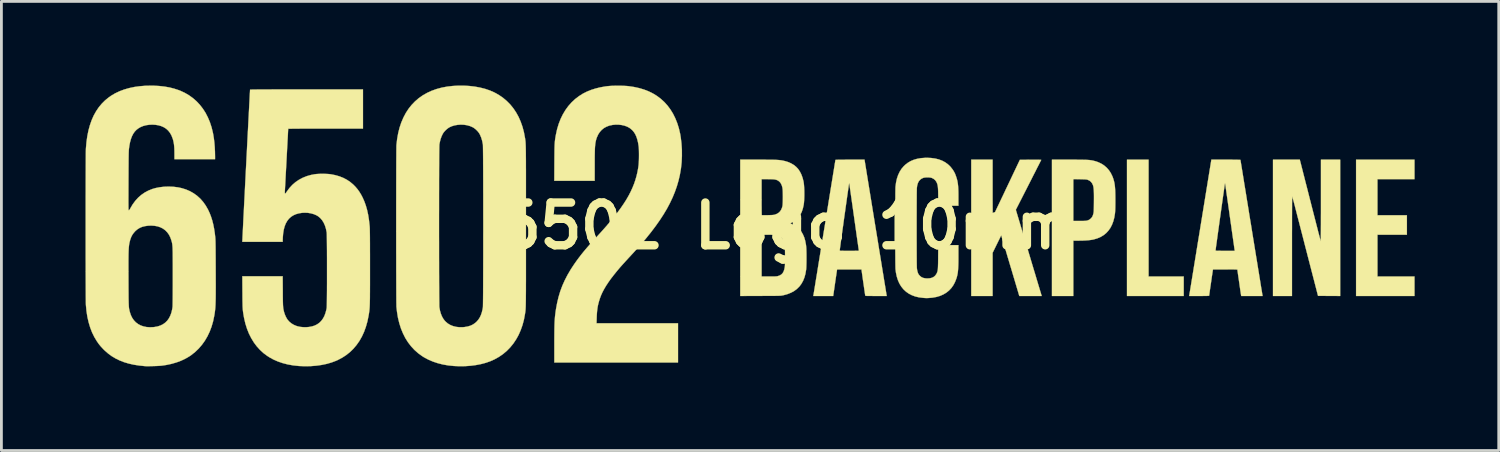
<source format=kicad_pcb>
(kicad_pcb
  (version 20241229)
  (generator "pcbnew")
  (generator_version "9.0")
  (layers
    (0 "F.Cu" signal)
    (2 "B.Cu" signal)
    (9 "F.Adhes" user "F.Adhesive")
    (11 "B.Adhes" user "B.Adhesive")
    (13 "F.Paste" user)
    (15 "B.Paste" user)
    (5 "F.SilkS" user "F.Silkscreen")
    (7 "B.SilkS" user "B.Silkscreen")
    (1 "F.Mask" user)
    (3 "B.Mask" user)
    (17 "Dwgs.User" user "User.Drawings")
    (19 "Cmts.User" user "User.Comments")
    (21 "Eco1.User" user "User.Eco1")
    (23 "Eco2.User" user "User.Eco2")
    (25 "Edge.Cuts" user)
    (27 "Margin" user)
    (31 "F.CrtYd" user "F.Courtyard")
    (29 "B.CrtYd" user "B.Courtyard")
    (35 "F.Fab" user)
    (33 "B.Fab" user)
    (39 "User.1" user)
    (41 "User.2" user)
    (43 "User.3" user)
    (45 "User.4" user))
  (footprint "6502 Logo 10mm"
    (layer "F.Cu")
    (at 25.007 5.007)
    (property "Reference" "6502 Logo 10mm" (at 0 0 0) (layer "F.SilkS") (effects (font (size 1.524 1.524) (thickness 0.3))))
    (attr through_hole)
    (fp_poly (pts (xy 12.903 1.803) (xy 14.156 1.803) (xy 14.156 2.498) (xy 12.133 2.498) (xy 12.133 -2.362) (xy 12.903 -2.362) (xy 12.903 1.803)) (stroke (width 0.01) (type solid)) (fill yes) (layer "F.SilkS"))
    (fp_poly (pts (xy 22.386 -1.668) (xy 21.065 -1.668) (xy 21.065 -0.381) (xy 22.115 -0.381) (xy 22.115 0.313) (xy 21.065 0.313) (xy 21.065 1.803) (xy 22.386 1.803) (xy 22.386 2.498) (xy 20.303 2.498) (xy 20.303 -2.362) (xy 22.386 -2.362) (xy 22.386 -1.668)) (stroke (width 0.01) (type solid)) (fill yes) (layer "F.SilkS"))
    (fp_poly (pts (xy 7.341 -1.34) (xy 7.341 -1.18) (xy 7.341 -1.036) (xy 7.341 -0.908) (xy 7.342 -0.795) (xy 7.342 -0.696) (xy 7.343 -0.611) (xy 7.343 -0.538) (xy 7.344 -0.478) (xy 7.345 -0.429) (xy 7.346 -0.391) (xy 7.347 -0.363) (xy 7.348 -0.345) (xy 7.349 -0.336) (xy 7.351 -0.334) (xy 7.351 -0.334) (xy 7.356 -0.344) (xy 7.367 -0.368) (xy 7.385 -0.405) (xy 7.409 -0.456) (xy 7.439 -0.517) (xy 7.473 -0.59) (xy 7.512 -0.672) (xy 7.556 -0.763) (xy 7.603 -0.862) (xy 7.653 -0.968) (xy 7.707 -1.08) (xy 7.763 -1.198) (xy 7.82 -1.32) (xy 7.837 -1.355) (xy 8.313 -2.358) (xy 8.695 -2.36) (xy 8.774 -2.36) (xy 8.847 -2.36) (xy 8.913 -2.36) (xy 8.969 -2.36) (xy 9.016 -2.359) (xy 9.05 -2.358) (xy 9.07 -2.356) (xy 9.075 -2.355) (xy 9.071 -2.347) (xy 9.059 -2.324) (xy 9.041 -2.289) (xy 9.017 -2.241) (xy 8.987 -2.181) (xy 8.951 -2.112) (xy 8.911 -2.033) (xy 8.867 -1.945) (xy 8.818 -1.85) (xy 8.766 -1.748) (xy 8.712 -1.641) (xy 8.655 -1.529) (xy 8.621 -1.462) (xy 8.169 -0.576) (xy 8.623 0.937) (xy 8.67 1.093) (xy 8.715 1.245) (xy 8.759 1.391) (xy 8.801 1.532) (xy 8.842 1.667) (xy 8.88 1.793) (xy 8.915 1.912) (xy 8.948 2.021) (xy 8.978 2.121) (xy 9.005 2.21) (xy 9.028 2.288) (xy 9.048 2.353) (xy 9.064 2.405) (xy 9.075 2.443) (xy 9.082 2.467) (xy 9.085 2.474) (xy 9.092 2.498) (xy 8.293 2.498) (xy 7.989 1.475) (xy 7.95 1.347) (xy 7.913 1.222) (xy 7.877 1.102) (xy 7.843 0.987) (xy 7.811 0.88) (xy 7.782 0.78) (xy 7.755 0.69) (xy 7.731 0.609) (xy 7.71 0.54) (xy 7.693 0.482) (xy 7.679 0.438) (xy 7.67 0.408) (xy 7.666 0.394) (xy 7.648 0.334) (xy 7.494 0.647) (xy 7.341 0.959) (xy 7.341 2.498) (xy 6.579 2.498) (xy 6.579 -2.362) (xy 7.341 -2.362) (xy 7.341 -1.34)) (stroke (width 0.01) (type solid)) (fill yes) (layer "F.SilkS"))
    (fp_poly (pts (xy 18.304 -2.33) (xy 18.307 -2.319) (xy 18.314 -2.292) (xy 18.325 -2.25) (xy 18.339 -2.195) (xy 18.356 -2.126) (xy 18.377 -2.045) (xy 18.4 -1.954) (xy 18.426 -1.851) (xy 18.455 -1.739) (xy 18.485 -1.619) (xy 18.518 -1.491) (xy 18.553 -1.356) (xy 18.589 -1.214) (xy 18.626 -1.068) (xy 18.664 -0.917) (xy 18.674 -0.881) (xy 18.712 -0.729) (xy 18.75 -0.582) (xy 18.786 -0.44) (xy 18.821 -0.305) (xy 18.854 -0.176) (xy 18.885 -0.055) (xy 18.914 0.057) (xy 18.94 0.16) (xy 18.964 0.253) (xy 18.986 0.334) (xy 19.004 0.404) (xy 19.019 0.46) (xy 19.03 0.503) (xy 19.038 0.532) (xy 19.042 0.545) (xy 19.042 0.546) (xy 19.043 0.538) (xy 19.044 0.515) (xy 19.045 0.475) (xy 19.046 0.421) (xy 19.046 0.353) (xy 19.047 0.271) (xy 19.048 0.176) (xy 19.048 0.069) (xy 19.049 -0.05) (xy 19.049 -0.18) (xy 19.049 -0.32) (xy 19.05 -0.469) (xy 19.05 -0.627) (xy 19.05 -0.794) (xy 19.05 -0.904) (xy 19.05 -2.362) (xy 19.736 -2.362) (xy 19.736 2.498) (xy 19.341 2.496) (xy 18.946 2.493) (xy 18.563 1.012) (xy 18.522 0.852) (xy 18.481 0.694) (xy 18.441 0.538) (xy 18.402 0.386) (xy 18.364 0.239) (xy 18.327 0.097) (xy 18.293 -0.038) (xy 18.26 -0.165) (xy 18.229 -0.283) (xy 18.201 -0.392) (xy 18.176 -0.49) (xy 18.154 -0.575) (xy 18.135 -0.648) (xy 18.12 -0.707) (xy 18.109 -0.751) (xy 18.106 -0.76) (xy 18.089 -0.827) (xy 18.072 -0.889) (xy 18.057 -0.943) (xy 18.044 -0.988) (xy 18.034 -1.022) (xy 18.027 -1.043) (xy 18.024 -1.05) (xy 18.023 -1.042) (xy 18.023 -1.017) (xy 18.022 -0.977) (xy 18.022 -0.923) (xy 18.021 -0.855) (xy 18.02 -0.773) (xy 18.02 -0.68) (xy 18.019 -0.575) (xy 18.019 -0.459) (xy 18.018 -0.334) (xy 18.018 -0.199) (xy 18.018 -0.056) (xy 18.018 0.094) (xy 18.017 0.251) (xy 18.017 0.415) (xy 18.017 0.583) (xy 18.017 0.724) (xy 18.017 2.498) (xy 17.34 2.498) (xy 17.34 -2.362) (xy 18.296 -2.362) (xy 18.304 -2.33)) (stroke (width 0.01) (type solid)) (fill yes) (layer "F.SilkS"))
    (fp_poly (pts (xy 10.203 -2.362) (xy 10.316 -2.362) (xy 10.416 -2.361) (xy 10.503 -2.361) (xy 10.578 -2.359) (xy 10.643 -2.358) (xy 10.699 -2.356) (xy 10.747 -2.353) (xy 10.79 -2.35) (xy 10.828 -2.345) (xy 10.862 -2.341) (xy 10.894 -2.335) (xy 10.926 -2.328) (xy 10.958 -2.32) (xy 10.978 -2.315) (xy 11.103 -2.275) (xy 11.216 -2.222) (xy 11.319 -2.156) (xy 11.41 -2.077) (xy 11.49 -1.986) (xy 11.557 -1.884) (xy 11.613 -1.769) (xy 11.64 -1.697) (xy 11.657 -1.643) (xy 11.671 -1.591) (xy 11.684 -1.537) (xy 11.693 -1.481) (xy 11.701 -1.42) (xy 11.707 -1.352) (xy 11.712 -1.276) (xy 11.715 -1.19) (xy 11.717 -1.091) (xy 11.718 -0.979) (xy 11.718 -0.919) (xy 11.718 -0.817) (xy 11.717 -0.731) (xy 11.716 -0.658) (xy 11.714 -0.596) (xy 11.712 -0.544) (xy 11.709 -0.5) (xy 11.706 -0.461) (xy 11.705 -0.45) (xy 11.681 -0.301) (xy 11.645 -0.165) (xy 11.598 -0.041) (xy 11.54 0.071) (xy 11.469 0.17) (xy 11.388 0.257) (xy 11.295 0.332) (xy 11.19 0.394) (xy 11.074 0.444) (xy 10.947 0.481) (xy 10.9 0.491) (xy 10.835 0.501) (xy 10.755 0.51) (xy 10.663 0.517) (xy 10.561 0.522) (xy 10.453 0.524) (xy 10.378 0.525) (xy 10.219 0.525) (xy 10.219 2.498) (xy 9.457 2.498) (xy 9.457 -0.178) (xy 10.219 -0.178) (xy 10.442 -0.178) (xy 10.521 -0.178) (xy 10.586 -0.179) (xy 10.636 -0.181) (xy 10.673 -0.184) (xy 10.699 -0.188) (xy 10.706 -0.189) (xy 10.76 -0.208) (xy 10.805 -0.233) (xy 10.844 -0.266) (xy 10.873 -0.297) (xy 10.896 -0.331) (xy 10.914 -0.372) (xy 10.931 -0.425) (xy 10.932 -0.43) (xy 10.937 -0.448) (xy 10.94 -0.465) (xy 10.943 -0.484) (xy 10.946 -0.508) (xy 10.948 -0.537) (xy 10.949 -0.574) (xy 10.951 -0.62) (xy 10.952 -0.677) (xy 10.953 -0.747) (xy 10.954 -0.832) (xy 10.954 -0.849) (xy 10.955 -0.962) (xy 10.955 -1.06) (xy 10.954 -1.144) (xy 10.952 -1.215) (xy 10.949 -1.275) (xy 10.945 -1.326) (xy 10.94 -1.369) (xy 10.933 -1.406) (xy 10.925 -1.438) (xy 10.921 -1.45) (xy 10.891 -1.517) (xy 10.849 -1.572) (xy 10.795 -1.616) (xy 10.729 -1.646) (xy 10.723 -1.648) (xy 10.706 -1.653) (xy 10.684 -1.656) (xy 10.654 -1.659) (xy 10.615 -1.662) (xy 10.565 -1.663) (xy 10.501 -1.665) (xy 10.45 -1.666) (xy 10.219 -1.67) (xy 10.219 -0.178) (xy 9.457 -0.178) (xy 9.457 -2.362) (xy 10.073 -2.362) (xy 10.203 -2.362)) (stroke (width 0.01) (type solid)) (fill yes) (layer "F.SilkS"))
    (fp_poly (pts (xy 3.165 0.049) (xy 3.198 0.249) (xy 3.23 0.444) (xy 3.261 0.635) (xy 3.291 0.82) (xy 3.32 0.999) (xy 3.348 1.171) (xy 3.375 1.335) (xy 3.4 1.491) (xy 3.424 1.638) (xy 3.447 1.776) (xy 3.467 1.903) (xy 3.486 2.02) (xy 3.504 2.124) (xy 3.519 2.217) (xy 3.532 2.297) (xy 3.543 2.363) (xy 3.551 2.415) (xy 3.557 2.452) (xy 3.561 2.473) (xy 3.562 2.479) (xy 3.566 2.498) (xy 3.185 2.498) (xy 3.094 2.498) (xy 3.019 2.497) (xy 2.958 2.497) (xy 2.91 2.497) (xy 2.873 2.496) (xy 2.845 2.495) (xy 2.825 2.493) (xy 2.812 2.491) (xy 2.805 2.489) (xy 2.801 2.486) (xy 2.799 2.483) (xy 2.797 2.472) (xy 2.793 2.446) (xy 2.787 2.406) (xy 2.78 2.354) (xy 2.77 2.292) (xy 2.76 2.221) (xy 2.749 2.143) (xy 2.737 2.059) (xy 2.729 2.009) (xy 2.664 1.549) (xy 1.797 1.549) (xy 1.792 1.568) (xy 1.79 1.58) (xy 1.786 1.607) (xy 1.78 1.648) (xy 1.772 1.7) (xy 1.763 1.763) (xy 1.752 1.834) (xy 1.741 1.913) (xy 1.728 1.997) (xy 1.722 2.043) (xy 1.656 2.498) (xy 0.946 2.498) (xy 0.951 2.47) (xy 0.954 2.458) (xy 0.958 2.43) (xy 0.965 2.387) (xy 0.975 2.329) (xy 0.986 2.259) (xy 1 2.176) (xy 1.015 2.081) (xy 1.032 1.976) (xy 1.051 1.86) (xy 1.072 1.735) (xy 1.093 1.602) (xy 1.116 1.46) (xy 1.14 1.312) (xy 1.165 1.158) (xy 1.191 0.999) (xy 1.212 0.874) (xy 1.888 0.874) (xy 1.889 0.878) (xy 1.893 0.881) (xy 1.901 0.883) (xy 1.914 0.885) (xy 1.935 0.887) (xy 1.965 0.888) (xy 2.006 0.888) (xy 2.058 0.889) (xy 2.123 0.889) (xy 2.204 0.889) (xy 2.232 0.889) (xy 2.317 0.889) (xy 2.387 0.889) (xy 2.443 0.888) (xy 2.486 0.888) (xy 2.519 0.887) (xy 2.542 0.886) (xy 2.558 0.884) (xy 2.566 0.882) (xy 2.57 0.879) (xy 2.571 0.876) (xy 2.571 0.874) (xy 2.569 0.864) (xy 2.565 0.838) (xy 2.559 0.798) (xy 2.551 0.743) (xy 2.542 0.676) (xy 2.53 0.596) (xy 2.517 0.506) (xy 2.503 0.405) (xy 2.487 0.296) (xy 2.471 0.178) (xy 2.453 0.053) (xy 2.435 -0.078) (xy 2.415 -0.214) (xy 2.4 -0.326) (xy 2.38 -0.466) (xy 2.361 -0.601) (xy 2.343 -0.73) (xy 2.325 -0.853) (xy 2.309 -0.968) (xy 2.293 -1.075) (xy 2.28 -1.173) (xy 2.267 -1.26) (xy 2.256 -1.336) (xy 2.247 -1.4) (xy 2.239 -1.451) (xy 2.234 -1.488) (xy 2.231 -1.509) (xy 2.23 -1.515) (xy 2.222 -1.514) (xy 2.222 -1.513) (xy 2.22 -1.505) (xy 2.216 -1.48) (xy 2.21 -1.441) (xy 2.203 -1.389) (xy 2.194 -1.325) (xy 2.183 -1.25) (xy 2.171 -1.165) (xy 2.157 -1.071) (xy 2.143 -0.969) (xy 2.128 -0.861) (xy 2.112 -0.748) (xy 2.095 -0.631) (xy 2.079 -0.511) (xy 2.061 -0.389) (xy 2.044 -0.266) (xy 2.027 -0.144) (xy 2.011 -0.024) (xy 1.994 0.094) (xy 1.978 0.208) (xy 1.963 0.316) (xy 1.949 0.419) (xy 1.936 0.514) (xy 1.924 0.6) (xy 1.914 0.677) (xy 1.905 0.743) (xy 1.898 0.796) (xy 1.893 0.837) (xy 1.889 0.863) (xy 1.888 0.874) (xy 1.212 0.874) (xy 1.218 0.835) (xy 1.245 0.668) (xy 1.273 0.498) (xy 1.301 0.325) (xy 1.329 0.152) (xy 1.358 -0.022) (xy 1.386 -0.196) (xy 1.414 -0.368) (xy 1.441 -0.539) (xy 1.469 -0.707) (xy 1.495 -0.871) (xy 1.521 -1.03) (xy 1.546 -1.185) (xy 1.57 -1.333) (xy 1.593 -1.475) (xy 1.615 -1.609) (xy 1.636 -1.735) (xy 1.654 -1.851) (xy 1.672 -1.957) (xy 1.687 -2.053) (xy 1.701 -2.137) (xy 1.712 -2.208) (xy 1.722 -2.266) (xy 1.729 -2.31) (xy 1.733 -2.34) (xy 1.736 -2.353) (xy 1.736 -2.354) (xy 1.744 -2.356) (xy 1.768 -2.357) (xy 1.808 -2.359) (xy 1.863 -2.36) (xy 1.931 -2.361) (xy 2.013 -2.361) (xy 2.106 -2.362) (xy 2.211 -2.362) (xy 2.255 -2.362) (xy 2.773 -2.362) (xy 3.165 0.049)) (stroke (width 0.01) (type solid)) (fill yes) (layer "F.SilkS"))
    (fp_poly (pts (xy 5.148 -2.423) (xy 5.29 -2.404) (xy 5.421 -2.372) (xy 5.541 -2.327) (xy 5.65 -2.269) (xy 5.748 -2.198) (xy 5.835 -2.115) (xy 5.911 -2.019) (xy 5.921 -2.004) (xy 5.954 -1.953) (xy 5.979 -1.908) (xy 6.001 -1.864) (xy 6.02 -1.815) (xy 6.041 -1.755) (xy 6.044 -1.747) (xy 6.062 -1.69) (xy 6.077 -1.635) (xy 6.089 -1.579) (xy 6.099 -1.52) (xy 6.107 -1.456) (xy 6.113 -1.386) (xy 6.117 -1.306) (xy 6.12 -1.216) (xy 6.121 -1.112) (xy 6.121 -1.014) (xy 6.121 -0.72) (xy 5.402 -0.72) (xy 5.402 -0.997) (xy 5.401 -1.099) (xy 5.4 -1.186) (xy 5.398 -1.26) (xy 5.395 -1.322) (xy 5.391 -1.374) (xy 5.386 -1.418) (xy 5.379 -1.455) (xy 5.371 -1.488) (xy 5.367 -1.501) (xy 5.337 -1.571) (xy 5.295 -1.63) (xy 5.242 -1.676) (xy 5.179 -1.709) (xy 5.157 -1.717) (xy 5.115 -1.726) (xy 5.062 -1.731) (xy 5.004 -1.732) (xy 4.948 -1.729) (xy 4.898 -1.722) (xy 4.876 -1.717) (xy 4.81 -1.688) (xy 4.755 -1.647) (xy 4.71 -1.594) (xy 4.676 -1.527) (xy 4.652 -1.447) (xy 4.64 -1.359) (xy 4.639 -1.34) (xy 4.638 -1.305) (xy 4.637 -1.255) (xy 4.636 -1.191) (xy 4.635 -1.115) (xy 4.635 -1.028) (xy 4.634 -0.931) (xy 4.634 -0.825) (xy 4.633 -0.711) (xy 4.633 -0.59) (xy 4.633 -0.463) (xy 4.632 -0.332) (xy 4.632 -0.198) (xy 4.632 -0.061) (xy 4.632 0.076) (xy 4.632 0.214) (xy 4.632 0.351) (xy 4.632 0.485) (xy 4.633 0.616) (xy 4.633 0.742) (xy 4.633 0.862) (xy 4.634 0.976) (xy 4.634 1.082) (xy 4.635 1.178) (xy 4.635 1.265) (xy 4.636 1.34) (xy 4.637 1.403) (xy 4.638 1.452) (xy 4.639 1.486) (xy 4.64 1.504) (xy 4.648 1.566) (xy 4.661 1.625) (xy 4.678 1.678) (xy 4.697 1.718) (xy 4.698 1.719) (xy 4.723 1.753) (xy 4.756 1.787) (xy 4.792 1.817) (xy 4.818 1.833) (xy 4.877 1.856) (xy 4.945 1.869) (xy 5.016 1.873) (xy 5.102 1.867) (xy 5.177 1.849) (xy 5.24 1.818) (xy 5.291 1.775) (xy 5.333 1.719) (xy 5.348 1.689) (xy 5.358 1.667) (xy 5.366 1.646) (xy 5.374 1.624) (xy 5.379 1.601) (xy 5.384 1.575) (xy 5.388 1.543) (xy 5.391 1.505) (xy 5.393 1.459) (xy 5.395 1.403) (xy 5.397 1.336) (xy 5.398 1.256) (xy 5.399 1.161) (xy 5.399 1.111) (xy 5.403 0.686) (xy 6.121 0.686) (xy 6.121 1.065) (xy 6.121 1.189) (xy 6.12 1.298) (xy 6.118 1.394) (xy 6.114 1.478) (xy 6.11 1.552) (xy 6.104 1.617) (xy 6.097 1.676) (xy 6.087 1.73) (xy 6.076 1.781) (xy 6.063 1.83) (xy 6.049 1.876) (xy 6 2.002) (xy 5.94 2.115) (xy 5.868 2.216) (xy 5.785 2.304) (xy 5.69 2.38) (xy 5.584 2.443) (xy 5.468 2.494) (xy 5.34 2.532) (xy 5.201 2.557) (xy 5.118 2.565) (xy 5.069 2.569) (xy 5.032 2.571) (xy 5.002 2.572) (xy 4.974 2.572) (xy 4.942 2.571) (xy 4.904 2.568) (xy 4.856 2.564) (xy 4.714 2.546) (xy 4.582 2.515) (xy 4.461 2.47) (xy 4.35 2.413) (xy 4.251 2.343) (xy 4.162 2.26) (xy 4.085 2.165) (xy 4.019 2.058) (xy 3.966 1.939) (xy 3.924 1.808) (xy 3.894 1.666) (xy 3.878 1.537) (xy 3.877 1.514) (xy 3.876 1.476) (xy 3.875 1.423) (xy 3.874 1.356) (xy 3.873 1.277) (xy 3.872 1.187) (xy 3.872 1.087) (xy 3.871 0.978) (xy 3.87 0.86) (xy 3.87 0.737) (xy 3.87 0.607) (xy 3.869 0.473) (xy 3.869 0.336) (xy 3.869 0.197) (xy 3.869 0.057) (xy 3.869 -0.083) (xy 3.869 -0.222) (xy 3.87 -0.359) (xy 3.87 -0.492) (xy 3.87 -0.62) (xy 3.871 -0.743) (xy 3.871 -0.858) (xy 3.872 -0.966) (xy 3.873 -1.064) (xy 3.873 -1.152) (xy 3.874 -1.229) (xy 3.875 -1.293) (xy 3.876 -1.343) (xy 3.877 -1.378) (xy 3.878 -1.394) (xy 3.897 -1.546) (xy 3.928 -1.686) (xy 3.971 -1.814) (xy 4.026 -1.931) (xy 4.092 -2.036) (xy 4.171 -2.129) (xy 4.223 -2.179) (xy 4.317 -2.252) (xy 4.419 -2.312) (xy 4.531 -2.359) (xy 4.652 -2.394) (xy 4.784 -2.417) (xy 4.928 -2.428) (xy 4.995 -2.43) (xy 5.148 -2.423)) (stroke (width 0.01) (type solid)) (fill yes) (layer "F.SilkS"))
    (fp_poly (pts (xy 15.771 -2.362) (xy 15.87 -2.362) (xy 15.956 -2.361) (xy 16.029 -2.36) (xy 16.089 -2.359) (xy 16.134 -2.358) (xy 16.165 -2.356) (xy 16.179 -2.355) (xy 16.18 -2.354) (xy 16.181 -2.345) (xy 16.185 -2.321) (xy 16.191 -2.281) (xy 16.2 -2.227) (xy 16.211 -2.159) (xy 16.224 -2.079) (xy 16.239 -1.987) (xy 16.256 -1.884) (xy 16.274 -1.77) (xy 16.294 -1.647) (xy 16.315 -1.515) (xy 16.338 -1.376) (xy 16.362 -1.229) (xy 16.387 -1.077) (xy 16.412 -0.918) (xy 16.439 -0.756) (xy 16.466 -0.589) (xy 16.493 -0.419) (xy 16.521 -0.247) (xy 16.55 -0.074) (xy 16.578 0.1) (xy 16.606 0.274) (xy 16.634 0.447) (xy 16.662 0.618) (xy 16.689 0.786) (xy 16.716 0.951) (xy 16.742 1.112) (xy 16.768 1.267) (xy 16.792 1.417) (xy 16.815 1.561) (xy 16.838 1.696) (xy 16.858 1.824) (xy 16.878 1.942) (xy 16.895 2.051) (xy 16.911 2.149) (xy 16.925 2.236) (xy 16.938 2.31) (xy 16.948 2.371) (xy 16.955 2.418) (xy 16.961 2.451) (xy 16.964 2.468) (xy 16.964 2.47) (xy 16.969 2.498) (xy 16.207 2.498) (xy 16.202 2.474) (xy 16.2 2.462) (xy 16.196 2.435) (xy 16.19 2.395) (xy 16.182 2.344) (xy 16.173 2.285) (xy 16.164 2.218) (xy 16.153 2.146) (xy 16.143 2.071) (xy 16.132 1.995) (xy 16.121 1.919) (xy 16.11 1.846) (xy 16.1 1.777) (xy 16.091 1.714) (xy 16.084 1.659) (xy 16.077 1.614) (xy 16.073 1.581) (xy 16.07 1.562) (xy 16.07 1.557) (xy 16.061 1.556) (xy 16.037 1.554) (xy 15.998 1.553) (xy 15.944 1.551) (xy 15.878 1.551) (xy 15.799 1.55) (xy 15.709 1.549) (xy 15.635 1.549) (xy 15.2 1.549) (xy 15.195 1.577) (xy 15.192 1.592) (xy 15.188 1.621) (xy 15.182 1.662) (xy 15.174 1.714) (xy 15.165 1.775) (xy 15.155 1.842) (xy 15.145 1.914) (xy 15.134 1.989) (xy 15.123 2.065) (xy 15.112 2.14) (xy 15.101 2.213) (xy 15.091 2.281) (xy 15.083 2.343) (xy 15.075 2.396) (xy 15.069 2.439) (xy 15.065 2.469) (xy 15.062 2.486) (xy 15.062 2.489) (xy 15.055 2.491) (xy 15.034 2.493) (xy 14.999 2.495) (xy 14.948 2.496) (xy 14.882 2.497) (xy 14.8 2.498) (xy 14.706 2.498) (xy 14.349 2.498) (xy 14.354 2.479) (xy 14.355 2.469) (xy 14.36 2.443) (xy 14.366 2.402) (xy 14.376 2.346) (xy 14.387 2.276) (xy 14.401 2.192) (xy 14.417 2.096) (xy 14.434 1.988) (xy 14.454 1.868) (xy 14.475 1.738) (xy 14.498 1.598) (xy 14.522 1.448) (xy 14.548 1.289) (xy 14.575 1.123) (xy 14.604 0.949) (xy 14.615 0.878) (xy 15.291 0.878) (xy 15.294 0.881) (xy 15.305 0.883) (xy 15.326 0.885) (xy 15.356 0.887) (xy 15.398 0.888) (xy 15.452 0.888) (xy 15.521 0.889) (xy 15.605 0.889) (xy 15.634 0.889) (xy 15.978 0.889) (xy 15.973 0.866) (xy 15.971 0.855) (xy 15.967 0.828) (xy 15.961 0.786) (xy 15.953 0.731) (xy 15.944 0.662) (xy 15.932 0.582) (xy 15.919 0.491) (xy 15.905 0.39) (xy 15.889 0.28) (xy 15.872 0.161) (xy 15.855 0.036) (xy 15.836 -0.095) (xy 15.817 -0.231) (xy 15.802 -0.334) (xy 15.783 -0.474) (xy 15.764 -0.608) (xy 15.745 -0.737) (xy 15.728 -0.859) (xy 15.711 -0.974) (xy 15.696 -1.081) (xy 15.682 -1.178) (xy 15.67 -1.264) (xy 15.659 -1.34) (xy 15.65 -1.403) (xy 15.642 -1.453) (xy 15.637 -1.489) (xy 15.634 -1.51) (xy 15.633 -1.515) (xy 15.625 -1.514) (xy 15.625 -1.514) (xy 15.624 -1.505) (xy 15.62 -1.481) (xy 15.614 -1.442) (xy 15.607 -1.39) (xy 15.597 -1.326) (xy 15.587 -1.251) (xy 15.575 -1.166) (xy 15.561 -1.072) (xy 15.547 -0.971) (xy 15.532 -0.863) (xy 15.516 -0.75) (xy 15.499 -0.632) (xy 15.483 -0.512) (xy 15.466 -0.39) (xy 15.448 -0.267) (xy 15.431 -0.145) (xy 15.415 -0.025) (xy 15.398 0.093) (xy 15.382 0.207) (xy 15.367 0.316) (xy 15.353 0.419) (xy 15.34 0.514) (xy 15.328 0.601) (xy 15.317 0.678) (xy 15.308 0.744) (xy 15.301 0.799) (xy 15.296 0.84) (xy 15.292 0.867) (xy 15.291 0.878) (xy 15.291 0.878) (xy 14.615 0.878) (xy 14.633 0.768) (xy 14.663 0.581) (xy 14.695 0.389) (xy 14.727 0.192) (xy 14.75 0.049) (xy 15.142 -2.362) (xy 15.661 -2.362) (xy 15.771 -2.362)) (stroke (width 0.01) (type solid)) (fill yes) (layer "F.SilkS"))
    (fp_poly (pts (xy -0.89 -2.362) (xy -0.773 -2.362) (xy -0.671 -2.361) (xy -0.582 -2.361) (xy -0.504 -2.36) (xy -0.436 -2.358) (xy -0.378 -2.356) (xy -0.327 -2.353) (xy -0.282 -2.35) (xy -0.242 -2.346) (xy -0.206 -2.341) (xy -0.172 -2.336) (xy -0.138 -2.329) (xy -0.105 -2.322) (xy -0.08 -2.316) (xy 0.042 -2.28) (xy 0.152 -2.233) (xy 0.25 -2.175) (xy 0.336 -2.106) (xy 0.41 -2.025) (xy 0.473 -1.931) (xy 0.525 -1.825) (xy 0.567 -1.706) (xy 0.6 -1.573) (xy 0.6 -1.571) (xy 0.609 -1.511) (xy 0.616 -1.439) (xy 0.621 -1.356) (xy 0.625 -1.265) (xy 0.626 -1.171) (xy 0.626 -1.077) (xy 0.623 -0.985) (xy 0.619 -0.899) (xy 0.613 -0.822) (xy 0.604 -0.757) (xy 0.602 -0.745) (xy 0.574 -0.621) (xy 0.537 -0.509) (xy 0.49 -0.411) (xy 0.46 -0.362) (xy 0.411 -0.299) (xy 0.351 -0.239) (xy 0.285 -0.184) (xy 0.217 -0.139) (xy 0.171 -0.115) (xy 0.15 -0.104) (xy 0.137 -0.095) (xy 0.135 -0.092) (xy 0.143 -0.086) (xy 0.162 -0.075) (xy 0.191 -0.06) (xy 0.217 -0.047) (xy 0.308 0.001) (xy 0.384 0.055) (xy 0.445 0.111) (xy 0.515 0.197) (xy 0.574 0.296) (xy 0.622 0.406) (xy 0.658 0.529) (xy 0.684 0.665) (xy 0.69 0.711) (xy 0.694 0.756) (xy 0.698 0.814) (xy 0.7 0.884) (xy 0.702 0.962) (xy 0.703 1.045) (xy 0.703 1.131) (xy 0.703 1.218) (xy 0.702 1.302) (xy 0.7 1.38) (xy 0.698 1.451) (xy 0.695 1.51) (xy 0.691 1.556) (xy 0.69 1.563) (xy 0.666 1.707) (xy 0.63 1.838) (xy 0.582 1.957) (xy 0.522 2.064) (xy 0.45 2.16) (xy 0.366 2.243) (xy 0.27 2.316) (xy 0.161 2.377) (xy 0.04 2.426) (xy -0.095 2.465) (xy -0.134 2.474) (xy -0.15 2.477) (xy -0.166 2.48) (xy -0.182 2.483) (xy -0.2 2.485) (xy -0.22 2.487) (xy -0.245 2.489) (xy -0.275 2.49) (xy -0.312 2.491) (xy -0.356 2.492) (xy -0.41 2.493) (xy -0.473 2.493) (xy -0.548 2.494) (xy -0.635 2.494) (xy -0.736 2.495) (xy -0.852 2.495) (xy -0.942 2.496) (xy -1.659 2.498) (xy -1.659 0.313) (xy -0.897 0.313) (xy -0.897 1.803) (xy -0.633 1.803) (xy -0.557 1.803) (xy -0.495 1.803) (xy -0.447 1.802) (xy -0.408 1.801) (xy -0.378 1.799) (xy -0.354 1.797) (xy -0.334 1.793) (xy -0.316 1.789) (xy -0.31 1.787) (xy -0.245 1.763) (xy -0.191 1.729) (xy -0.147 1.684) (xy -0.114 1.626) (xy -0.089 1.556) (xy -0.072 1.472) (xy -0.068 1.439) (xy -0.065 1.4) (xy -0.063 1.347) (xy -0.061 1.284) (xy -0.06 1.213) (xy -0.06 1.137) (xy -0.06 1.06) (xy -0.061 0.984) (xy -0.062 0.913) (xy -0.064 0.85) (xy -0.066 0.797) (xy -0.068 0.775) (xy -0.08 0.677) (xy -0.098 0.593) (xy -0.124 0.523) (xy -0.158 0.465) (xy -0.201 0.418) (xy -0.253 0.38) (xy -0.281 0.365) (xy -0.317 0.35) (xy -0.355 0.338) (xy -0.398 0.329) (xy -0.447 0.322) (xy -0.507 0.317) (xy -0.577 0.314) (xy -0.662 0.313) (xy -0.691 0.313) (xy -0.897 0.313) (xy -1.659 0.313) (xy -1.659 -1.03) (xy -0.897 -1.03) (xy -0.897 -0.928) (xy -0.897 -0.83) (xy -0.897 -0.739) (xy -0.896 -0.655) (xy -0.896 -0.58) (xy -0.895 -0.516) (xy -0.894 -0.463) (xy -0.893 -0.422) (xy -0.892 -0.396) (xy -0.891 -0.386) (xy -0.891 -0.386) (xy -0.881 -0.384) (xy -0.857 -0.383) (xy -0.82 -0.382) (xy -0.774 -0.382) (xy -0.721 -0.383) (xy -0.682 -0.383) (xy -0.613 -0.385) (xy -0.559 -0.387) (xy -0.516 -0.389) (xy -0.483 -0.392) (xy -0.456 -0.396) (xy -0.433 -0.401) (xy -0.422 -0.404) (xy -0.348 -0.433) (xy -0.285 -0.473) (xy -0.234 -0.524) (xy -0.194 -0.589) (xy -0.164 -0.666) (xy -0.155 -0.699) (xy -0.15 -0.728) (xy -0.146 -0.772) (xy -0.143 -0.828) (xy -0.141 -0.891) (xy -0.14 -0.961) (xy -0.139 -1.033) (xy -0.14 -1.105) (xy -0.141 -1.175) (xy -0.143 -1.239) (xy -0.146 -1.295) (xy -0.151 -1.339) (xy -0.155 -1.367) (xy -0.179 -1.45) (xy -0.212 -1.519) (xy -0.256 -1.574) (xy -0.309 -1.616) (xy -0.373 -1.645) (xy -0.436 -1.659) (xy -0.462 -1.662) (xy -0.501 -1.664) (xy -0.551 -1.666) (xy -0.607 -1.667) (xy -0.668 -1.668) (xy -0.696 -1.668) (xy -0.897 -1.668) (xy -0.897 -1.03) (xy -1.659 -1.03) (xy -1.659 -2.362) (xy -1.022 -2.362) (xy -0.89 -2.362)) (stroke (width 0.01) (type solid)) (fill yes) (layer "F.SilkS"))
    (fp_poly (pts (xy -5.884 -4.998) (xy -5.796 -4.995) (xy -5.717 -4.991) (xy -5.65 -4.985) (xy -5.639 -4.984) (xy -5.441 -4.954) (xy -5.256 -4.913) (xy -5.083 -4.861) (xy -4.922 -4.798) (xy -4.771 -4.723) (xy -4.629 -4.636) (xy -4.497 -4.537) (xy -4.374 -4.425) (xy -4.364 -4.416) (xy -4.25 -4.289) (xy -4.147 -4.15) (xy -4.054 -3.999) (xy -3.974 -3.836) (xy -3.904 -3.662) (xy -3.847 -3.479) (xy -3.802 -3.285) (xy -3.781 -3.162) (xy -3.755 -2.943) (xy -3.74 -2.719) (xy -3.739 -2.494) (xy -3.749 -2.272) (xy -3.772 -2.058) (xy -3.777 -2.024) (xy -3.813 -1.818) (xy -3.86 -1.616) (xy -3.919 -1.415) (xy -3.989 -1.216) (xy -4.071 -1.016) (xy -4.166 -0.816) (xy -4.273 -0.614) (xy -4.395 -0.41) (xy -4.53 -0.203) (xy -4.679 0.008) (xy -4.843 0.225) (xy -5.02 0.445) (xy -5.098 0.538) (xy -5.18 0.633) (xy -5.267 0.732) (xy -5.362 0.838) (xy -5.465 0.952) (xy -5.567 1.063) (xy -5.643 1.145) (xy -5.709 1.217) (xy -5.766 1.279) (xy -5.816 1.334) (xy -5.861 1.384) (xy -5.901 1.429) (xy -5.939 1.472) (xy -5.975 1.514) (xy -6.011 1.557) (xy -6.048 1.6) (xy -6.165 1.745) (xy -6.27 1.881) (xy -6.362 2.01) (xy -6.443 2.133) (xy -6.513 2.252) (xy -6.574 2.367) (xy -6.625 2.481) (xy -6.667 2.594) (xy -6.696 2.688) (xy -6.719 2.771) (xy -6.737 2.851) (xy -6.751 2.932) (xy -6.762 3.017) (xy -6.77 3.109) (xy -6.776 3.212) (xy -6.778 3.283) (xy -6.784 3.471) (xy -3.878 3.471) (xy -3.878 4.868) (xy -8.289 4.868) (xy -8.289 4.217) (xy -8.289 4.068) (xy -8.288 3.934) (xy -8.287 3.814) (xy -8.286 3.706) (xy -8.284 3.609) (xy -8.282 3.522) (xy -8.279 3.443) (xy -8.275 3.37) (xy -8.27 3.302) (xy -8.265 3.237) (xy -8.258 3.175) (xy -8.25 3.112) (xy -8.242 3.049) (xy -8.232 2.983) (xy -8.229 2.963) (xy -8.188 2.743) (xy -8.138 2.533) (xy -8.077 2.33) (xy -8.004 2.134) (xy -7.918 1.941) (xy -7.819 1.749) (xy -7.705 1.555) (xy -7.633 1.444) (xy -7.559 1.334) (xy -7.482 1.226) (xy -7.402 1.118) (xy -7.317 1.008) (xy -7.226 0.896) (xy -7.127 0.779) (xy -7.02 0.656) (xy -6.902 0.525) (xy -6.774 0.385) (xy -6.599 0.194) (xy -6.437 0.011) (xy -6.288 -0.164) (xy -6.151 -0.331) (xy -6.027 -0.492) (xy -5.913 -0.647) (xy -5.811 -0.797) (xy -5.718 -0.943) (xy -5.636 -1.086) (xy -5.563 -1.227) (xy -5.5 -1.366) (xy -5.444 -1.504) (xy -5.397 -1.643) (xy -5.357 -1.782) (xy -5.324 -1.924) (xy -5.298 -2.068) (xy -5.286 -2.151) (xy -5.281 -2.2) (xy -5.277 -2.262) (xy -5.273 -2.333) (xy -5.271 -2.411) (xy -5.27 -2.493) (xy -5.27 -2.574) (xy -5.271 -2.652) (xy -5.273 -2.723) (xy -5.276 -2.785) (xy -5.281 -2.834) (xy -5.282 -2.845) (xy -5.303 -2.973) (xy -5.331 -3.086) (xy -5.364 -3.186) (xy -5.404 -3.273) (xy -5.452 -3.348) (xy -5.508 -3.414) (xy -5.573 -3.47) (xy -5.61 -3.497) (xy -5.691 -3.541) (xy -5.783 -3.575) (xy -5.884 -3.598) (xy -5.989 -3.611) (xy -6.098 -3.613) (xy -6.206 -3.603) (xy -6.311 -3.582) (xy -6.33 -3.577) (xy -6.43 -3.539) (xy -6.52 -3.489) (xy -6.599 -3.425) (xy -6.668 -3.348) (xy -6.726 -3.259) (xy -6.771 -3.158) (xy -6.782 -3.129) (xy -6.794 -3.091) (xy -6.804 -3.053) (xy -6.813 -3.014) (xy -6.821 -2.973) (xy -6.828 -2.928) (xy -6.833 -2.878) (xy -6.838 -2.822) (xy -6.842 -2.758) (xy -6.844 -2.684) (xy -6.846 -2.601) (xy -6.848 -2.505) (xy -6.849 -2.396) (xy -6.849 -2.273) (xy -6.849 -2.161) (xy -6.85 -1.609) (xy -8.29 -1.609) (xy -8.287 -2.254) (xy -8.286 -2.383) (xy -8.285 -2.496) (xy -8.284 -2.595) (xy -8.283 -2.682) (xy -8.282 -2.758) (xy -8.28 -2.824) (xy -8.278 -2.882) (xy -8.275 -2.934) (xy -8.272 -2.981) (xy -8.268 -3.024) (xy -8.263 -3.065) (xy -8.258 -3.105) (xy -8.251 -3.147) (xy -8.244 -3.191) (xy -8.235 -3.238) (xy -8.233 -3.251) (xy -8.19 -3.449) (xy -8.134 -3.636) (xy -8.066 -3.812) (xy -7.985 -3.978) (xy -7.893 -4.132) (xy -7.789 -4.275) (xy -7.674 -4.405) (xy -7.547 -4.524) (xy -7.409 -4.629) (xy -7.266 -4.72) (xy -7.13 -4.788) (xy -6.981 -4.849) (xy -6.82 -4.9) (xy -6.649 -4.942) (xy -6.47 -4.974) (xy -6.392 -4.984) (xy -6.328 -4.99) (xy -6.251 -4.995) (xy -6.164 -4.998) (xy -6.071 -4.999) (xy -5.977 -5) (xy -5.884 -4.998)) (stroke (width 0.01) (type solid)) (fill yes) (layer "F.SilkS"))
    (fp_poly (pts (xy -11.519 -5.002) (xy -11.322 -4.991) (xy -11.129 -4.969) (xy -10.943 -4.935) (xy -10.767 -4.891) (xy -10.759 -4.889) (xy -10.584 -4.829) (xy -10.419 -4.756) (xy -10.264 -4.669) (xy -10.119 -4.569) (xy -9.986 -4.457) (xy -9.863 -4.333) (xy -9.752 -4.196) (xy -9.652 -4.048) (xy -9.564 -3.889) (xy -9.489 -3.718) (xy -9.425 -3.537) (xy -9.374 -3.345) (xy -9.336 -3.143) (xy -9.335 -3.141) (xy -9.332 -3.121) (xy -9.329 -3.102) (xy -9.327 -3.083) (xy -9.324 -3.065) (xy -9.322 -3.046) (xy -9.319 -3.026) (xy -9.317 -3.004) (xy -9.315 -2.98) (xy -9.314 -2.954) (xy -9.312 -2.924) (xy -9.311 -2.89) (xy -9.309 -2.852) (xy -9.308 -2.809) (xy -9.307 -2.76) (xy -9.306 -2.705) (xy -9.305 -2.643) (xy -9.304 -2.575) (xy -9.304 -2.498) (xy -9.303 -2.413) (xy -9.302 -2.319) (xy -9.302 -2.215) (xy -9.302 -2.101) (xy -9.301 -1.977) (xy -9.301 -1.841) (xy -9.301 -1.694) (xy -9.301 -1.534) (xy -9.301 -1.361) (xy -9.301 -1.175) (xy -9.301 -0.975) (xy -9.301 -0.76) (xy -9.301 -0.53) (xy -9.301 -0.284) (xy -9.301 -0.022) (xy -9.301 0) (xy -9.301 0.264) (xy -9.301 0.511) (xy -9.301 0.742) (xy -9.301 0.958) (xy -9.301 1.16) (xy -9.301 1.347) (xy -9.301 1.521) (xy -9.301 1.681) (xy -9.301 1.83) (xy -9.301 1.966) (xy -9.302 2.092) (xy -9.302 2.206) (xy -9.302 2.311) (xy -9.303 2.405) (xy -9.304 2.491) (xy -9.304 2.569) (xy -9.305 2.638) (xy -9.306 2.7) (xy -9.307 2.756) (xy -9.308 2.805) (xy -9.309 2.849) (xy -9.31 2.887) (xy -9.312 2.921) (xy -9.313 2.951) (xy -9.315 2.978) (xy -9.317 3.002) (xy -9.319 3.024) (xy -9.321 3.044) (xy -9.324 3.063) (xy -9.326 3.082) (xy -9.329 3.1) (xy -9.332 3.119) (xy -9.335 3.139) (xy -9.335 3.141) (xy -9.373 3.343) (xy -9.424 3.535) (xy -9.488 3.716) (xy -9.563 3.887) (xy -9.651 4.046) (xy -9.751 4.195) (xy -9.862 4.331) (xy -9.984 4.456) (xy -10.118 4.569) (xy -10.263 4.669) (xy -10.418 4.756) (xy -10.575 4.826) (xy -10.732 4.881) (xy -10.901 4.926) (xy -11.081 4.961) (xy -11.269 4.986) (xy -11.463 5) (xy -11.662 5.003) (xy -11.864 4.995) (xy -11.874 4.994) (xy -12.072 4.974) (xy -12.262 4.941) (xy -12.444 4.895) (xy -12.618 4.837) (xy -12.78 4.768) (xy -12.932 4.687) (xy -13.006 4.64) (xy -13.149 4.536) (xy -13.28 4.419) (xy -13.399 4.29) (xy -13.507 4.149) (xy -13.603 3.997) (xy -13.686 3.832) (xy -13.758 3.657) (xy -13.817 3.47) (xy -13.865 3.273) (xy -13.899 3.064) (xy -13.919 2.885) (xy -13.92 2.866) (xy -13.92 2.831) (xy -13.921 2.781) (xy -13.922 2.716) (xy -13.923 2.637) (xy -13.923 2.545) (xy -13.924 2.441) (xy -13.924 2.326) (xy -13.925 2.2) (xy -13.925 2.064) (xy -13.926 1.919) (xy -13.926 1.765) (xy -13.927 1.604) (xy -13.927 1.436) (xy -13.927 1.262) (xy -13.927 1.083) (xy -13.928 0.899) (xy -13.928 0.712) (xy -13.928 0.522) (xy -13.928 0.33) (xy -13.928 0.136) (xy -13.928 -0.01) (xy -12.401 -0.01) (xy -12.401 0.184) (xy -12.401 0.377) (xy -12.4 0.569) (xy -12.4 0.758) (xy -12.4 0.944) (xy -12.4 1.127) (xy -12.399 1.305) (xy -12.399 1.477) (xy -12.399 1.644) (xy -12.398 1.803) (xy -12.398 1.955) (xy -12.397 2.099) (xy -12.396 2.233) (xy -12.396 2.358) (xy -12.395 2.472) (xy -12.394 2.574) (xy -12.393 2.664) (xy -12.392 2.741) (xy -12.392 2.804) (xy -12.391 2.853) (xy -12.39 2.886) (xy -12.388 2.903) (xy -12.388 2.904) (xy -12.366 3.023) (xy -12.336 3.128) (xy -12.299 3.22) (xy -12.254 3.302) (xy -12.201 3.375) (xy -12.162 3.416) (xy -12.085 3.481) (xy -11.997 3.533) (xy -11.9 3.572) (xy -11.793 3.599) (xy -11.679 3.612) (xy -11.557 3.612) (xy -11.492 3.606) (xy -11.38 3.587) (xy -11.279 3.557) (xy -11.189 3.514) (xy -11.109 3.458) (xy -11.062 3.416) (xy -11.002 3.348) (xy -10.952 3.273) (xy -10.91 3.187) (xy -10.876 3.09) (xy -10.849 2.98) (xy -10.836 2.904) (xy -10.835 2.888) (xy -10.834 2.857) (xy -10.833 2.81) (xy -10.832 2.748) (xy -10.831 2.672) (xy -10.83 2.584) (xy -10.829 2.482) (xy -10.828 2.37) (xy -10.828 2.246) (xy -10.827 2.113) (xy -10.827 1.97) (xy -10.826 1.819) (xy -10.826 1.66) (xy -10.825 1.495) (xy -10.825 1.323) (xy -10.824 1.145) (xy -10.824 0.963) (xy -10.824 0.777) (xy -10.824 0.588) (xy -10.824 0.397) (xy -10.823 0.204) (xy -10.823 0.01) (xy -10.823 -0.184) (xy -10.824 -0.377) (xy -10.824 -0.569) (xy -10.824 -0.758) (xy -10.824 -0.944) (xy -10.824 -1.127) (xy -10.825 -1.305) (xy -10.825 -1.477) (xy -10.825 -1.644) (xy -10.826 -1.803) (xy -10.826 -1.955) (xy -10.827 -2.099) (xy -10.828 -2.233) (xy -10.828 -2.358) (xy -10.829 -2.472) (xy -10.83 -2.574) (xy -10.831 -2.664) (xy -10.832 -2.741) (xy -10.833 -2.804) (xy -10.834 -2.853) (xy -10.835 -2.886) (xy -10.836 -2.903) (xy -10.836 -2.904) (xy -10.861 -3.032) (xy -10.895 -3.147) (xy -10.938 -3.249) (xy -10.962 -3.294) (xy -10.999 -3.347) (xy -11.047 -3.401) (xy -11.101 -3.452) (xy -11.158 -3.495) (xy -11.198 -3.519) (xy -11.294 -3.561) (xy -11.399 -3.591) (xy -11.51 -3.608) (xy -11.623 -3.613) (xy -11.736 -3.605) (xy -11.846 -3.586) (xy -11.95 -3.554) (xy -12.027 -3.519) (xy -12.081 -3.485) (xy -12.137 -3.439) (xy -12.191 -3.387) (xy -12.236 -3.332) (xy -12.262 -3.294) (xy -12.309 -3.198) (xy -12.348 -3.089) (xy -12.377 -2.967) (xy -12.388 -2.904) (xy -12.389 -2.888) (xy -12.39 -2.857) (xy -12.391 -2.81) (xy -12.392 -2.748) (xy -12.393 -2.672) (xy -12.394 -2.584) (xy -12.395 -2.482) (xy -12.396 -2.37) (xy -12.396 -2.246) (xy -12.397 -2.113) (xy -12.398 -1.97) (xy -12.398 -1.819) (xy -12.399 -1.66) (xy -12.399 -1.495) (xy -12.399 -1.323) (xy -12.4 -1.145) (xy -12.4 -0.963) (xy -12.4 -0.777) (xy -12.4 -0.588) (xy -12.401 -0.397) (xy -12.401 -0.204) (xy -12.401 -0.01) (xy -13.928 -0.01) (xy -13.928 -0.058) (xy -13.928 -0.252) (xy -13.928 -0.445) (xy -13.928 -0.636) (xy -13.928 -0.824) (xy -13.927 -1.009) (xy -13.927 -1.19) (xy -13.927 -1.367) (xy -13.927 -1.537) (xy -13.926 -1.701) (xy -13.926 -1.858) (xy -13.926 -2.006) (xy -13.925 -2.146) (xy -13.925 -2.276) (xy -13.924 -2.396) (xy -13.923 -2.505) (xy -13.923 -2.602) (xy -13.922 -2.686) (xy -13.921 -2.756) (xy -13.921 -2.812) (xy -13.92 -2.854) (xy -13.919 -2.879) (xy -13.919 -2.885) (xy -13.894 -3.102) (xy -13.857 -3.309) (xy -13.808 -3.504) (xy -13.746 -3.689) (xy -13.672 -3.862) (xy -13.587 -4.024) (xy -13.49 -4.174) (xy -13.381 -4.312) (xy -13.26 -4.438) (xy -13.129 -4.552) (xy -12.986 -4.653) (xy -12.832 -4.742) (xy -12.667 -4.818) (xy -12.492 -4.881) (xy -12.306 -4.931) (xy -12.289 -4.935) (xy -12.105 -4.969) (xy -11.913 -4.991) (xy -11.717 -5.002) (xy -11.519 -5.002)) (stroke (width 0.01) (type solid)) (fill yes) (layer "F.SilkS"))
    (fp_poly (pts (xy -15.113 -3.471) (xy -16.447 -3.471) (xy -16.595 -3.471) (xy -16.74 -3.471) (xy -16.878 -3.471) (xy -17.01 -3.471) (xy -17.135 -3.47) (xy -17.252 -3.47) (xy -17.359 -3.47) (xy -17.456 -3.469) (xy -17.542 -3.469) (xy -17.617 -3.468) (xy -17.678 -3.467) (xy -17.726 -3.467) (xy -17.759 -3.466) (xy -17.777 -3.465) (xy -17.78 -3.465) (xy -17.78 -3.456) (xy -17.782 -3.431) (xy -17.784 -3.391) (xy -17.787 -3.337) (xy -17.79 -3.27) (xy -17.794 -3.192) (xy -17.799 -3.102) (xy -17.805 -3.003) (xy -17.81 -2.895) (xy -17.817 -2.778) (xy -17.823 -2.655) (xy -17.83 -2.526) (xy -17.837 -2.392) (xy -17.839 -2.358) (xy -17.846 -2.222) (xy -17.853 -2.09) (xy -17.86 -1.963) (xy -17.867 -1.843) (xy -17.873 -1.729) (xy -17.878 -1.624) (xy -17.883 -1.528) (xy -17.888 -1.443) (xy -17.892 -1.369) (xy -17.895 -1.307) (xy -17.898 -1.259) (xy -17.899 -1.226) (xy -17.9 -1.208) (xy -17.9 -1.207) (xy -17.9 -1.175) (xy -17.896 -1.158) (xy -17.887 -1.155) (xy -17.872 -1.167) (xy -17.851 -1.193) (xy -17.828 -1.226) (xy -17.735 -1.352) (xy -17.632 -1.464) (xy -17.519 -1.562) (xy -17.395 -1.646) (xy -17.262 -1.717) (xy -17.119 -1.775) (xy -16.966 -1.818) (xy -16.837 -1.843) (xy -16.779 -1.85) (xy -16.708 -1.855) (xy -16.629 -1.858) (xy -16.547 -1.859) (xy -16.464 -1.857) (xy -16.385 -1.854) (xy -16.315 -1.849) (xy -16.264 -1.843) (xy -16.102 -1.811) (xy -15.952 -1.768) (xy -15.813 -1.713) (xy -15.684 -1.645) (xy -15.566 -1.565) (xy -15.461 -1.477) (xy -15.379 -1.394) (xy -15.307 -1.309) (xy -15.241 -1.217) (xy -15.179 -1.115) (xy -15.125 -1.012) (xy -15.064 -0.874) (xy -15.011 -0.727) (xy -14.966 -0.569) (xy -14.929 -0.4) (xy -14.9 -0.217) (xy -14.878 -0.019) (xy -14.874 0.017) (xy -14.873 0.039) (xy -14.871 0.068) (xy -14.87 0.105) (xy -14.869 0.149) (xy -14.868 0.202) (xy -14.867 0.264) (xy -14.866 0.336) (xy -14.865 0.419) (xy -14.865 0.514) (xy -14.864 0.62) (xy -14.864 0.74) (xy -14.864 0.873) (xy -14.863 1.021) (xy -14.863 1.184) (xy -14.863 1.363) (xy -14.863 1.469) (xy -14.863 1.652) (xy -14.863 1.818) (xy -14.863 1.97) (xy -14.863 2.107) (xy -14.864 2.231) (xy -14.864 2.342) (xy -14.865 2.442) (xy -14.865 2.532) (xy -14.866 2.611) (xy -14.868 2.682) (xy -14.869 2.745) (xy -14.871 2.801) (xy -14.873 2.852) (xy -14.875 2.896) (xy -14.878 2.937) (xy -14.881 2.974) (xy -14.885 3.009) (xy -14.889 3.043) (xy -14.893 3.075) (xy -14.898 3.108) (xy -14.903 3.143) (xy -14.91 3.179) (xy -14.914 3.205) (xy -14.955 3.407) (xy -15.009 3.597) (xy -15.074 3.777) (xy -15.151 3.945) (xy -15.24 4.101) (xy -15.341 4.245) (xy -15.453 4.378) (xy -15.576 4.498) (xy -15.711 4.605) (xy -15.857 4.7) (xy -16.013 4.782) (xy -16.071 4.808) (xy -16.23 4.868) (xy -16.401 4.918) (xy -16.582 4.956) (xy -16.771 4.983) (xy -16.968 4.999) (xy -17.171 5.003) (xy -17.377 4.996) (xy -17.402 4.994) (xy -17.601 4.973) (xy -17.793 4.939) (xy -17.975 4.892) (xy -18.148 4.833) (xy -18.31 4.762) (xy -18.461 4.678) (xy -18.521 4.639) (xy -18.659 4.537) (xy -18.785 4.421) (xy -18.901 4.293) (xy -19.005 4.153) (xy -19.098 4.001) (xy -19.18 3.838) (xy -19.249 3.664) (xy -19.307 3.48) (xy -19.352 3.285) (xy -19.359 3.247) (xy -19.368 3.195) (xy -19.376 3.148) (xy -19.383 3.105) (xy -19.389 3.064) (xy -19.394 3.022) (xy -19.398 2.98) (xy -19.401 2.934) (xy -19.404 2.883) (xy -19.406 2.826) (xy -19.407 2.76) (xy -19.409 2.685) (xy -19.41 2.598) (xy -19.411 2.498) (xy -19.411 2.383) (xy -19.412 2.356) (xy -19.415 1.795) (xy -17.976 1.795) (xy -17.972 2.326) (xy -17.972 2.442) (xy -17.971 2.543) (xy -17.97 2.63) (xy -17.969 2.704) (xy -17.967 2.767) (xy -17.965 2.821) (xy -17.962 2.868) (xy -17.959 2.908) (xy -17.955 2.943) (xy -17.949 2.974) (xy -17.943 3.004) (xy -17.936 3.034) (xy -17.928 3.065) (xy -17.92 3.094) (xy -17.898 3.158) (xy -17.87 3.224) (xy -17.838 3.286) (xy -17.805 3.339) (xy -17.8 3.346) (xy -17.739 3.415) (xy -17.665 3.476) (xy -17.58 3.527) (xy -17.487 3.566) (xy -17.456 3.576) (xy -17.357 3.599) (xy -17.25 3.61) (xy -17.142 3.612) (xy -17.035 3.603) (xy -16.934 3.584) (xy -16.842 3.556) (xy -16.84 3.555) (xy -16.75 3.511) (xy -16.669 3.455) (xy -16.6 3.386) (xy -16.54 3.305) (xy -16.489 3.211) (xy -16.449 3.103) (xy -16.417 2.981) (xy -16.407 2.929) (xy -16.405 2.912) (xy -16.404 2.878) (xy -16.402 2.83) (xy -16.401 2.768) (xy -16.4 2.694) (xy -16.399 2.609) (xy -16.398 2.514) (xy -16.397 2.41) (xy -16.396 2.299) (xy -16.396 2.181) (xy -16.395 2.057) (xy -16.395 1.929) (xy -16.395 1.798) (xy -16.395 1.666) (xy -16.395 1.532) (xy -16.395 1.399) (xy -16.395 1.268) (xy -16.395 1.139) (xy -16.396 1.014) (xy -16.396 0.894) (xy -16.397 0.78) (xy -16.398 0.674) (xy -16.399 0.576) (xy -16.4 0.488) (xy -16.401 0.41) (xy -16.402 0.345) (xy -16.403 0.292) (xy -16.405 0.254) (xy -16.406 0.231) (xy -16.407 0.229) (xy -16.433 0.101) (xy -16.469 -0.015) (xy -16.515 -0.117) (xy -16.571 -0.206) (xy -16.637 -0.282) (xy -16.713 -0.345) (xy -16.772 -0.38) (xy -16.865 -0.42) (xy -16.968 -0.449) (xy -17.078 -0.467) (xy -17.191 -0.472) (xy -17.283 -0.467) (xy -17.399 -0.449) (xy -17.504 -0.419) (xy -17.598 -0.377) (xy -17.681 -0.323) (xy -17.754 -0.256) (xy -17.815 -0.177) (xy -17.867 -0.085) (xy -17.908 0.02) (xy -17.939 0.138) (xy -17.96 0.27) (xy -17.972 0.416) (xy -17.972 0.43) (xy -17.977 0.567) (xy -19.414 0.567) (xy -19.414 0.531) (xy -19.414 0.519) (xy -19.413 0.491) (xy -19.41 0.447) (xy -19.408 0.389) (xy -19.404 0.317) (xy -19.4 0.233) (xy -19.395 0.136) (xy -19.39 0.028) (xy -19.384 -0.09) (xy -19.378 -0.219) (xy -19.371 -0.356) (xy -19.363 -0.501) (xy -19.356 -0.654) (xy -19.348 -0.814) (xy -19.339 -0.98) (xy -19.33 -1.15) (xy -19.322 -1.325) (xy -19.313 -1.504) (xy -19.303 -1.685) (xy -19.294 -1.868) (xy -19.285 -2.053) (xy -19.275 -2.238) (xy -19.266 -2.423) (xy -19.256 -2.606) (xy -19.247 -2.788) (xy -19.238 -2.967) (xy -19.229 -3.143) (xy -19.22 -3.314) (xy -19.211 -3.481) (xy -19.203 -3.642) (xy -19.195 -3.796) (xy -19.187 -3.943) (xy -19.18 -4.082) (xy -19.173 -4.212) (xy -19.167 -4.332) (xy -19.161 -4.442) (xy -19.156 -4.541) (xy -19.152 -4.628) (xy -19.148 -4.702) (xy -19.144 -4.763) (xy -19.142 -4.809) (xy -19.14 -4.841) (xy -19.139 -4.856) (xy -19.139 -4.858) (xy -19.135 -4.859) (xy -19.126 -4.86) (xy -19.109 -4.861) (xy -19.085 -4.862) (xy -19.053 -4.863) (xy -19.012 -4.864) (xy -18.963 -4.864) (xy -18.904 -4.865) (xy -18.834 -4.866) (xy -18.754 -4.866) (xy -18.663 -4.867) (xy -18.56 -4.867) (xy -18.445 -4.867) (xy -18.317 -4.868) (xy -18.175 -4.868) (xy -18.02 -4.868) (xy -17.85 -4.868) (xy -17.665 -4.868) (xy -17.465 -4.868) (xy -17.248 -4.868) (xy -17.124 -4.868) (xy -15.113 -4.868) (xy -15.113 -3.471)) (stroke (width 0.01) (type solid)) (fill yes) (layer "F.SilkS"))
    (fp_poly (pts (xy -22.576 -5.001) (xy -22.377 -4.99) (xy -22.19 -4.969) (xy -22.013 -4.938) (xy -21.847 -4.896) (xy -21.688 -4.844) (xy -21.628 -4.821) (xy -21.467 -4.746) (xy -21.316 -4.658) (xy -21.176 -4.557) (xy -21.047 -4.444) (xy -20.929 -4.318) (xy -20.822 -4.18) (xy -20.726 -4.031) (xy -20.643 -3.869) (xy -20.571 -3.697) (xy -20.511 -3.513) (xy -20.464 -3.319) (xy -20.452 -3.257) (xy -20.43 -3.12) (xy -20.412 -2.969) (xy -20.399 -2.81) (xy -20.391 -2.645) (xy -20.388 -2.479) (xy -20.388 -2.379) (xy -21.836 -2.379) (xy -21.836 -2.568) (xy -21.837 -2.674) (xy -21.84 -2.767) (xy -21.846 -2.848) (xy -21.854 -2.921) (xy -21.866 -2.988) (xy -21.88 -3.052) (xy -21.899 -3.116) (xy -21.901 -3.12) (xy -21.942 -3.226) (xy -21.995 -3.319) (xy -22.058 -3.399) (xy -22.132 -3.467) (xy -22.217 -3.521) (xy -22.306 -3.56) (xy -22.406 -3.589) (xy -22.512 -3.606) (xy -22.622 -3.613) (xy -22.733 -3.608) (xy -22.842 -3.593) (xy -22.945 -3.566) (xy -23.04 -3.528) (xy -23.042 -3.527) (xy -23.121 -3.481) (xy -23.191 -3.427) (xy -23.252 -3.363) (xy -23.305 -3.288) (xy -23.35 -3.201) (xy -23.388 -3.102) (xy -23.419 -2.989) (xy -23.444 -2.862) (xy -23.458 -2.757) (xy -23.46 -2.738) (xy -23.462 -2.715) (xy -23.464 -2.689) (xy -23.465 -2.657) (xy -23.467 -2.62) (xy -23.468 -2.576) (xy -23.469 -2.523) (xy -23.47 -2.462) (xy -23.471 -2.391) (xy -23.472 -2.31) (xy -23.472 -2.217) (xy -23.473 -2.111) (xy -23.474 -1.992) (xy -23.474 -1.858) (xy -23.475 -1.709) (xy -23.476 -1.602) (xy -23.476 -1.448) (xy -23.477 -1.309) (xy -23.477 -1.186) (xy -23.477 -1.077) (xy -23.478 -0.982) (xy -23.478 -0.899) (xy -23.478 -0.827) (xy -23.477 -0.767) (xy -23.477 -0.716) (xy -23.477 -0.674) (xy -23.476 -0.641) (xy -23.475 -0.614) (xy -23.474 -0.594) (xy -23.473 -0.58) (xy -23.471 -0.57) (xy -23.47 -0.564) (xy -23.468 -0.56) (xy -23.465 -0.559) (xy -23.463 -0.559) (xy -23.463 -0.559) (xy -23.452 -0.563) (xy -23.439 -0.577) (xy -23.422 -0.604) (xy -23.406 -0.633) (xy -23.324 -0.772) (xy -23.231 -0.897) (xy -23.129 -1.009) (xy -23.017 -1.107) (xy -22.896 -1.191) (xy -22.765 -1.261) (xy -22.625 -1.317) (xy -22.512 -1.35) (xy -22.359 -1.38) (xy -22.199 -1.398) (xy -22.035 -1.403) (xy -21.871 -1.396) (xy -21.711 -1.376) (xy -21.576 -1.347) (xy -21.425 -1.3) (xy -21.283 -1.239) (xy -21.151 -1.164) (xy -21.029 -1.076) (xy -20.916 -0.974) (xy -20.814 -0.858) (xy -20.722 -0.729) (xy -20.641 -0.588) (xy -20.579 -0.455) (xy -20.531 -0.33) (xy -20.489 -0.198) (xy -20.453 -0.058) (xy -20.423 0.092) (xy -20.398 0.254) (xy -20.382 0.394) (xy -20.38 0.415) (xy -20.378 0.44) (xy -20.376 0.468) (xy -20.375 0.501) (xy -20.373 0.54) (xy -20.372 0.586) (xy -20.371 0.64) (xy -20.37 0.702) (xy -20.369 0.774) (xy -20.368 0.856) (xy -20.368 0.95) (xy -20.367 1.056) (xy -20.366 1.176) (xy -20.366 1.31) (xy -20.365 1.459) (xy -20.365 1.579) (xy -20.364 1.755) (xy -20.364 1.914) (xy -20.363 2.059) (xy -20.363 2.189) (xy -20.364 2.307) (xy -20.364 2.413) (xy -20.365 2.509) (xy -20.366 2.594) (xy -20.368 2.67) (xy -20.37 2.739) (xy -20.372 2.801) (xy -20.375 2.857) (xy -20.378 2.909) (xy -20.382 2.956) (xy -20.387 3.001) (xy -20.392 3.044) (xy -20.398 3.087) (xy -20.404 3.13) (xy -20.411 3.174) (xy -20.418 3.212) (xy -20.459 3.407) (xy -20.513 3.593) (xy -20.58 3.77) (xy -20.659 3.936) (xy -20.751 4.093) (xy -20.855 4.238) (xy -20.97 4.372) (xy -21.097 4.494) (xy -21.234 4.603) (xy -21.296 4.646) (xy -21.439 4.73) (xy -21.594 4.804) (xy -21.76 4.866) (xy -21.938 4.918) (xy -22.125 4.958) (xy -22.293 4.983) (xy -22.332 4.986) (xy -22.384 4.99) (xy -22.447 4.993) (xy -22.515 4.996) (xy -22.587 4.998) (xy -22.659 5) (xy -22.728 5.001) (xy -22.79 5.001) (xy -22.843 5.001) (xy -22.883 4.999) (xy -22.89 4.999) (xy -23.095 4.978) (xy -23.287 4.948) (xy -23.466 4.908) (xy -23.634 4.858) (xy -23.791 4.797) (xy -23.937 4.725) (xy -24.074 4.643) (xy -24.202 4.549) (xy -24.323 4.443) (xy -24.374 4.393) (xy -24.426 4.337) (xy -24.47 4.289) (xy -24.509 4.242) (xy -24.546 4.193) (xy -24.585 4.137) (xy -24.601 4.114) (xy -24.693 3.962) (xy -24.773 3.799) (xy -24.84 3.625) (xy -24.896 3.439) (xy -24.941 3.242) (xy -24.973 3.034) (xy -24.993 2.821) (xy -24.994 2.8) (xy -24.995 2.763) (xy -24.996 2.71) (xy -24.996 2.643) (xy -24.997 2.563) (xy -24.998 2.469) (xy -24.998 2.363) (xy -24.999 2.246) (xy -24.999 2.118) (xy -25 1.981) (xy -25 1.835) (xy -25.001 1.68) (xy -25.001 1.519) (xy -25.001 1.487) (xy -23.477 1.487) (xy -23.477 1.624) (xy -23.476 1.776) (xy -23.476 1.93) (xy -23.475 2.079) (xy -23.475 2.211) (xy -23.474 2.329) (xy -23.473 2.433) (xy -23.473 2.525) (xy -23.472 2.605) (xy -23.47 2.674) (xy -23.469 2.734) (xy -23.467 2.786) (xy -23.465 2.83) (xy -23.463 2.868) (xy -23.46 2.902) (xy -23.457 2.931) (xy -23.453 2.957) (xy -23.448 2.981) (xy -23.443 3.005) (xy -23.438 3.029) (xy -23.431 3.054) (xy -23.428 3.066) (xy -23.392 3.177) (xy -23.344 3.276) (xy -23.284 3.363) (xy -23.214 3.437) (xy -23.133 3.499) (xy -23.041 3.548) (xy -22.94 3.583) (xy -22.829 3.606) (xy -22.709 3.614) (xy -22.581 3.609) (xy -22.558 3.606) (xy -22.443 3.586) (xy -22.339 3.553) (xy -22.245 3.507) (xy -22.163 3.448) (xy -22.091 3.377) (xy -22.031 3.292) (xy -21.981 3.194) (xy -21.942 3.084) (xy -21.914 2.96) (xy -21.904 2.891) (xy -21.902 2.869) (xy -21.901 2.831) (xy -21.9 2.778) (xy -21.899 2.708) (xy -21.898 2.622) (xy -21.897 2.52) (xy -21.896 2.401) (xy -21.896 2.266) (xy -21.895 2.115) (xy -21.895 1.946) (xy -21.895 1.803) (xy -21.895 1.644) (xy -21.895 1.501) (xy -21.895 1.372) (xy -21.896 1.258) (xy -21.896 1.156) (xy -21.897 1.066) (xy -21.897 0.988) (xy -21.898 0.919) (xy -21.9 0.86) (xy -21.901 0.808) (xy -21.903 0.764) (xy -21.906 0.726) (xy -21.909 0.692) (xy -21.912 0.663) (xy -21.916 0.637) (xy -21.92 0.613) (xy -21.925 0.59) (xy -21.931 0.567) (xy -21.937 0.544) (xy -21.941 0.529) (xy -21.979 0.418) (xy -22.028 0.318) (xy -22.089 0.232) (xy -22.16 0.158) (xy -22.242 0.097) (xy -22.334 0.05) (xy -22.436 0.015) (xy -22.548 -0.005) (xy -22.669 -0.013) (xy -22.78 -0.008) (xy -22.89 0.008) (xy -22.989 0.033) (xy -23.077 0.071) (xy -23.156 0.12) (xy -23.229 0.182) (xy -23.233 0.186) (xy -23.291 0.252) (xy -23.34 0.321) (xy -23.379 0.398) (xy -23.411 0.484) (xy -23.437 0.583) (xy -23.441 0.601) (xy -23.446 0.63) (xy -23.452 0.661) (xy -23.456 0.694) (xy -23.46 0.73) (xy -23.464 0.771) (xy -23.467 0.816) (xy -23.47 0.868) (xy -23.472 0.927) (xy -23.474 0.995) (xy -23.475 1.071) (xy -23.476 1.157) (xy -23.477 1.255) (xy -23.477 1.365) (xy -23.477 1.487) (xy -25.001 1.487) (xy -25.001 1.351) (xy -25.002 1.177) (xy -25.002 0.998) (xy -25.002 0.815) (xy -25.002 0.628) (xy -25.002 0.44) (xy -25.002 0.249) (xy -25.002 0.058) (xy -25.002 -0.134) (xy -25.002 -0.325) (xy -25.002 -0.514) (xy -25.002 -0.702) (xy -25.002 -0.886) (xy -25.002 -1.066) (xy -25.001 -1.241) (xy -25.001 -1.411) (xy -25.001 -1.575) (xy -25 -1.731) (xy -25 -1.88) (xy -24.999 -2.02) (xy -24.999 -2.151) (xy -24.998 -2.271) (xy -24.998 -2.38) (xy -24.997 -2.477) (xy -24.997 -2.562) (xy -24.996 -2.633) (xy -24.995 -2.689) (xy -24.994 -2.731) (xy -24.993 -2.757) (xy -24.993 -2.76) (xy -24.973 -2.989) (xy -24.943 -3.204) (xy -24.902 -3.406) (xy -24.85 -3.595) (xy -24.788 -3.772) (xy -24.715 -3.937) (xy -24.63 -4.089) (xy -24.535 -4.23) (xy -24.428 -4.359) (xy -24.311 -4.476) (xy -24.181 -4.582) (xy -24.096 -4.642) (xy -23.952 -4.728) (xy -23.795 -4.802) (xy -23.628 -4.865) (xy -23.449 -4.916) (xy -23.261 -4.956) (xy -23.063 -4.983) (xy -22.856 -4.999) (xy -22.641 -5.002) (xy -22.576 -5.001)) (stroke (width 0.01) (type solid)) (fill yes) (layer "F.SilkS")))
  (gr_rect
    (start -3 -3)
    (end 50.398 13.016)
    (stroke (width 0.1) (type default))
    (fill no)
    (layer "Edge.Cuts")))
</source>
